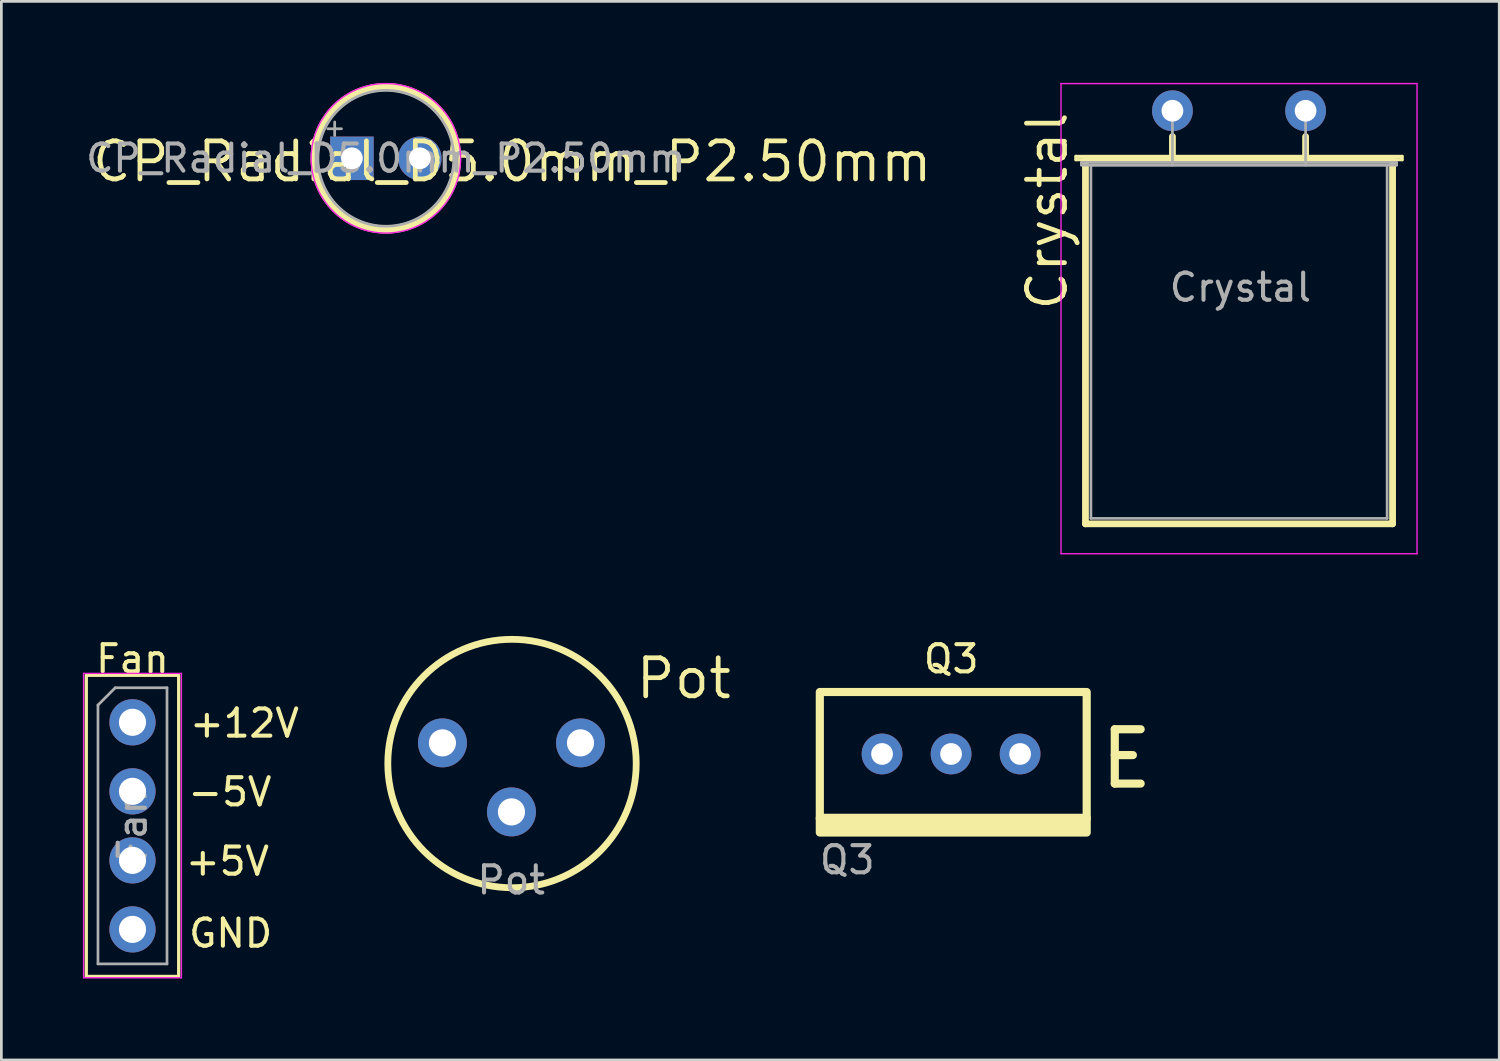
<source format=kicad_pcb>
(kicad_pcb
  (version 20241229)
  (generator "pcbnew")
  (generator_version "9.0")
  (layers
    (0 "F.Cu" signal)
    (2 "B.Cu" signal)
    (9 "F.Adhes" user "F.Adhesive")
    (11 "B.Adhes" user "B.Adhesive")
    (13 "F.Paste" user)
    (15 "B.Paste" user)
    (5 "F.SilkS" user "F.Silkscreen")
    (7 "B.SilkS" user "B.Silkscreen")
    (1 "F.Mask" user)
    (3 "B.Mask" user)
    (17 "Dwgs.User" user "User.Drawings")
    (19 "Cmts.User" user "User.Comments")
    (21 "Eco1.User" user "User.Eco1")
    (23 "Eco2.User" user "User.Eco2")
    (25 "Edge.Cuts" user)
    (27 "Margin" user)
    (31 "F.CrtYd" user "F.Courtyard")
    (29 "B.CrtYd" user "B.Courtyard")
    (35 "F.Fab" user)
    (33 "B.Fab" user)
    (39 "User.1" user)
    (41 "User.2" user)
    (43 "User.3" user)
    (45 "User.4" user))
  (footprint "Pot"
    (layer "F.Cu")
    (at 15.76 26.835)
    (property "Reference" "Pot" (at 6.35 -4.92 0) (unlocked yes) (layer "F.SilkS") (effects (font (size 1.4 1.4) (thickness 0.175))))
    (attr through_hole)
    (fp_circle (center 0.03 -1.79) (end 4.6 -1.79) (stroke (width 0.25) (type default)) (fill no) (layer "F.SilkS"))
    (fp_text user "${REFERENCE}" (at 0 2.5 0) (unlocked yes) (layer "F.Fab") (effects (font (size 1 1) (thickness 0.15))))
    (pad "1" thru_hole circle (at -2.53 -2.55) (size 1.8 1.8) (drill 1) (layers "*.Cu" "*.Mask"))
    (pad "2" thru_hole circle (at 0.01 -0.01) (size 1.8 1.8) (drill 1) (layers "*.Cu" "*.Mask"))
    (pad "3" thru_hole circle (at 2.55 -2.55) (size 1.8 1.8) (drill 1) (layers "*.Cu" "*.Mask")))
  (footprint "Crystal"
    (layer "F.Cu")
    (at 40.091 1.025)
    (property "Reference" "Crystal" (at -4.61 3.69 270) (layer "F.SilkS") (effects (font (size 1.4 1.4) (thickness 0.175))))
    (attr through_hole)
    (fp_line (start -3.55 1.68) (end 8.45 1.68) (stroke (width 0.12) (type solid)) (layer "F.SilkS"))
    (fp_line (start -3.55 1.8) (end -3.55 1.68) (stroke (width 0.12) (type solid)) (layer "F.SilkS"))
    (fp_line (start -3.2 1.8) (end -3.2 15.2) (stroke (width 0.25) (type solid)) (layer "F.SilkS"))
    (fp_line (start -3.2 15.2) (end 8.1 15.2) (stroke (width 0.25) (type solid)) (layer "F.SilkS"))
    (fp_line (start 0 0.95) (end 0 0.95) (stroke (width 0.12) (type solid)) (layer "F.SilkS"))
    (fp_line (start 0 1.8) (end 0 0.95) (stroke (width 0.25) (type solid)) (layer "F.SilkS"))
    (fp_line (start 4.9 0.95) (end 4.9 0.95) (stroke (width 0.12) (type solid)) (layer "F.SilkS"))
    (fp_line (start 4.9 1.8) (end 4.9 0.95) (stroke (width 0.25) (type solid)) (layer "F.SilkS"))
    (fp_line (start 8.1 1.8) (end -3.2 1.8) (stroke (width 0.25) (type solid)) (layer "F.SilkS"))
    (fp_line (start 8.1 15.2) (end 8.1 1.8) (stroke (width 0.25) (type solid)) (layer "F.SilkS"))
    (fp_line (start 8.45 1.68) (end 8.45 1.8) (stroke (width 0.12) (type solid)) (layer "F.SilkS"))
    (fp_line (start 8.45 1.8) (end -3.55 1.8) (stroke (width 0.12) (type solid)) (layer "F.SilkS"))
    (fp_line (start -4.1 -1) (end -4.1 16.3) (stroke (width 0.05) (type solid)) (layer "F.CrtYd"))
    (fp_line (start -4.1 16.3) (end 9 16.3) (stroke (width 0.05) (type solid)) (layer "F.CrtYd"))
    (fp_line (start 9 -1) (end -4.1 -1) (stroke (width 0.05) (type solid)) (layer "F.CrtYd"))
    (fp_line (start 9 16.3) (end 9 -1) (stroke (width 0.05) (type solid)) (layer "F.CrtYd"))
    (fp_line (start -3.35 1.9) (end 8.25 1.9) (stroke (width 0.1) (type solid)) (layer "F.Fab"))
    (fp_line (start -3.35 2) (end -3.35 1.9) (stroke (width 0.1) (type solid)) (layer "F.Fab"))
    (fp_line (start -3 2) (end -3 15) (stroke (width 0.1) (type solid)) (layer "F.Fab"))
    (fp_line (start -3 15) (end 7.9 15) (stroke (width 0.1) (type solid)) (layer "F.Fab"))
    (fp_line (start 0 1) (end 0 0) (stroke (width 0.1) (type solid)) (layer "F.Fab"))
    (fp_line (start 0 2) (end 0 1) (stroke (width 0.1) (type solid)) (layer "F.Fab"))
    (fp_line (start 4.9 1) (end 4.9 0) (stroke (width 0.1) (type solid)) (layer "F.Fab"))
    (fp_line (start 4.9 2) (end 4.9 1) (stroke (width 0.1) (type solid)) (layer "F.Fab"))
    (fp_line (start 7.9 2) (end -3 2) (stroke (width 0.1) (type solid)) (layer "F.Fab"))
    (fp_line (start 7.9 15) (end 7.9 2) (stroke (width 0.1) (type solid)) (layer "F.Fab"))
    (fp_line (start 8.25 1.9) (end 8.25 2) (stroke (width 0.1) (type solid)) (layer "F.Fab"))
    (fp_line (start 8.25 2) (end -3.35 2) (stroke (width 0.1) (type solid)) (layer "F.Fab"))
    (fp_text user "${REFERENCE}" (at 2.5 6.5 0) (layer "F.Fab") (effects (font (size 1 1) (thickness 0.15))))
    (pad "1" thru_hole circle (at 4.9 0) (size 1.5 1.5) (drill 0.8) (layers "*.Cu" "*.Mask"))
    (pad "2" thru_hole circle (at 0 0) (size 1.5 1.5) (drill 0.8) (layers "*.Cu" "*.Mask")))
  (footprint "Q3"
    (layer "F.Cu")
    (at 31.986 23.343)
    (property "Reference" "Q3" (at -0.035 -2.145 0) (layer "F.SilkS") (effects (font (size 1 1) (thickness 0.15))))
    (attr through_hole)
    (fp_rect (start -4.87 -0.93) (end 4.95 3.73) (stroke (width 0.3) (type default)) (fill no) (layer "F.SilkS"))
    (fp_rect (start -4.87 3.7) (end 4.95 4.24) (stroke (width 0.3) (type solid)) (fill yes) (layer "F.SilkS"))
    (fp_rect (start -3.99 -0.01) (end 3.94 2.83) (stroke (width 0.1) (type default)) (fill no) (layer "Margin"))
    (fp_text user "E" (at 5.31 2.7 0) (unlocked yes) (layer "F.SilkS") (effects (font (size 2 2) (thickness 0.3)) (justify left bottom)))
    (fp_text user "${REFERENCE}" (at -3.86 5.25 0) (layer "F.Fab") (effects (font (size 1 1) (thickness 0.15))))
    (pad "1" thru_hole circle (at 2.5 1.35) (size 1.5 1.5) (drill 0.8) (layers "*.Cu" "*.Mask"))
    (pad "2" thru_hole circle (at -0.04 1.35) (size 1.5 1.5) (drill 0.8) (layers "*.Cu" "*.Mask"))
    (pad "3" thru_hole circle (at -2.58 1.35) (size 1.5 1.5) (drill 0.8) (layers "*.Cu" "*.Mask")))
  (footprint "CP_Radial_D5.0mm_P2.50mm"
    (layer "F.Cu")
    (at 9.899 2.775)
    (property "Reference" "CP_Radial_D5.0mm_P2.50mm" (at 5.9 0.12 0) (layer "F.SilkS") (effects (font (size 1.4 1.4) (thickness 0.175))))
    (attr through_hole)
    (fp_line (start 3.851 -0.284) (end 3.851 0.284) (stroke (width 0.12) (type solid)) (layer "F.SilkS"))
    (fp_circle (center 1.25 0) (end 3.87 0) (stroke (width 0.3) (type solid)) (fill no) (layer "F.SilkS"))
    (fp_circle (center 1.25 0) (end 4 0) (stroke (width 0.05) (type solid)) (fill no) (layer "F.CrtYd"))
    (fp_line (start -0.884 -1.087) (end -0.384 -1.087) (stroke (width 0.1) (type solid)) (layer "F.Fab"))
    (fp_line (start -0.634 -1.337) (end -0.634 -0.838) (stroke (width 0.1) (type solid)) (layer "F.Fab"))
    (fp_circle (center 1.25 0) (end 3.75 0) (stroke (width 0.1) (type solid)) (fill no) (layer "F.Fab"))
    (fp_text user "${REFERENCE}" (at 1.25 0 0) (layer "F.Fab") (effects (font (size 1 1) (thickness 0.15))))
    (pad "1" thru_hole rect (at 0 0) (size 1.6 1.6) (drill 0.8) (layers "*.Cu" "*.Mask"))
    (pad "2" thru_hole circle (at 2.5 0) (size 1.6 1.6) (drill 0.8) (layers "*.Cu" "*.Mask")))
  (footprint "Fan"
    (layer "F.Cu")
    (at 1.825 23.528)
    (property "Reference" "Fan" (at 0 -2.33 0) (layer "F.SilkS") (effects (font (size 1 1) (thickness 0.15))))
    (attr through_hole)
    (fp_rect (start -1.7 -1.73) (end 1.7 9.35) (stroke (width 0.12) (type default)) (fill no) (layer "F.SilkS"))
    (fp_line (start -1.8 -1.8) (end -1.8 9.4) (stroke (width 0.05) (type solid)) (layer "F.CrtYd"))
    (fp_line (start -1.8 9.4) (end 1.8 9.4) (stroke (width 0.05) (type solid)) (layer "F.CrtYd"))
    (fp_line (start 1.8 -1.8) (end -1.8 -1.8) (stroke (width 0.05) (type solid)) (layer "F.CrtYd"))
    (fp_line (start 1.8 9.4) (end 1.8 -1.8) (stroke (width 0.05) (type solid)) (layer "F.CrtYd"))
    (fp_line (start -1.27 -0.635) (end -0.635 -1.27) (stroke (width 0.1) (type solid)) (layer "F.Fab"))
    (fp_line (start -1.27 8.89) (end -1.27 -0.635) (stroke (width 0.1) (type solid)) (layer "F.Fab"))
    (fp_line (start -0.635 -1.27) (end 1.27 -1.27) (stroke (width 0.1) (type solid)) (layer "F.Fab"))
    (fp_line (start 1.27 -1.27) (end 1.27 8.89) (stroke (width 0.1) (type solid)) (layer "F.Fab"))
    (fp_line (start 1.27 8.89) (end -1.27 8.89) (stroke (width 0.1) (type solid)) (layer "F.Fab"))
    (fp_text user "-5V" (at 1.96 3.15 0) (unlocked yes) (layer "F.SilkS") (effects (font (size 1 1) (thickness 0.15)) (justify left bottom)))
    (fp_text user "+12V" (at 2.02 0.62 0) (unlocked yes) (layer "F.SilkS") (effects (font (size 1 1) (thickness 0.15)) (justify left bottom)))
    (fp_text user "GND" (at 1.99 8.35 0) (unlocked yes) (layer "F.SilkS") (effects (font (size 1 1) (thickness 0.15)) (justify left bottom)))
    (fp_text user "+5V" (at 1.87 5.7 0) (unlocked yes) (layer "F.SilkS") (effects (font (size 1 1) (thickness 0.15)) (justify left bottom)))
    (fp_text user "${REFERENCE}" (at 0 3.81 90) (layer "F.Fab") (effects (font (size 1 1) (thickness 0.15))))
    (pad "1" thru_hole circle (at 0 0) (size 1.7 1.7) (drill 1) (layers "*.Cu" "*.Mask"))
    (pad "2" thru_hole oval (at 0 2.54) (size 1.7 1.7) (drill 1) (layers "*.Cu" "*.Mask"))
    (pad "3" thru_hole oval (at 0 5.08) (size 1.7 1.7) (drill 1) (layers "*.Cu" "*.Mask"))
    (pad "4" thru_hole oval (at 0 7.62) (size 1.7 1.7) (drill 1) (layers "*.Cu" "*.Mask")))
  (gr_rect
    (start -3 -3)
    (end 52.116 35.953)
    (stroke (width 0.1) (type default))
    (fill no)
    (layer "Edge.Cuts")))
</source>
